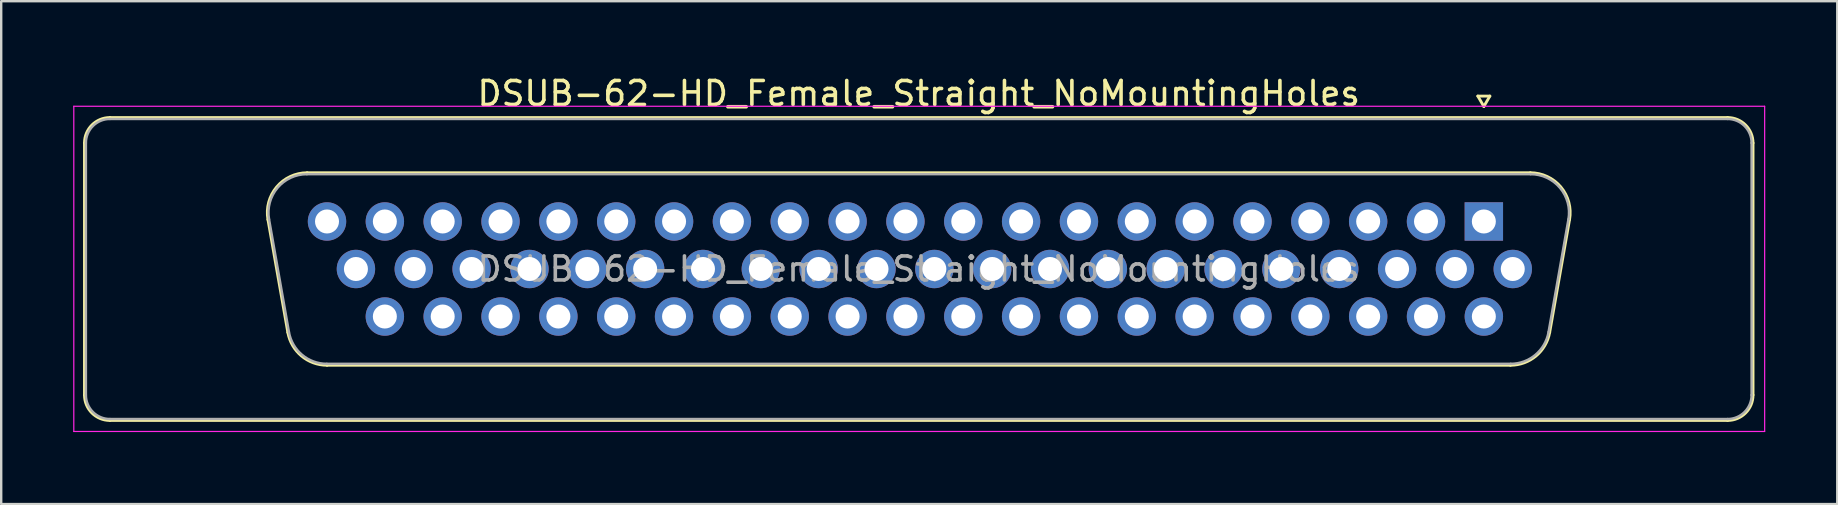
<source format=kicad_pcb>
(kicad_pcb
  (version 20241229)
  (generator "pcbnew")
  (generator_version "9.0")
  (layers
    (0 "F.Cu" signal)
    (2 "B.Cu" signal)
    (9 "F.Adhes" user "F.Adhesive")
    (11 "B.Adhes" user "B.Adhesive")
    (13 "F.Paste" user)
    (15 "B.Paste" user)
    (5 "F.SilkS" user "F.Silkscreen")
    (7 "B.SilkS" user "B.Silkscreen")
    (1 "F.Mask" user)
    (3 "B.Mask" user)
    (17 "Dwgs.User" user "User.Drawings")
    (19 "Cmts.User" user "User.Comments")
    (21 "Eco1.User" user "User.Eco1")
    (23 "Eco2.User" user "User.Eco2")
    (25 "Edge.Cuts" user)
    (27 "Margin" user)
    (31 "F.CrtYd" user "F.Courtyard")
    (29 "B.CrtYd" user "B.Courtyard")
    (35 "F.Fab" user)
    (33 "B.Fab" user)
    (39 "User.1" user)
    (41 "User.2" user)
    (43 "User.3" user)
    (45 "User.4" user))
  (footprint "DSUB-62-HD_Female_Straight_NoMountingHoles"
    (layer "F.Cu")
    (at 58.775 6.178)
    (property "Reference" "DSUB-62-HD_Female_Straight_NoMountingHoles" (at -23.545 -5.33 0) (layer "F.SilkS") (effects (font (size 1 1) (thickness 0.15))))
    (attr through_hole)
    (fp_line (start -58.305 7.23) (end -58.305 -3.27) (stroke (width 0.12) (type solid)) (layer "F.SilkS"))
    (fp_line (start -57.245 -4.33) (end 10.155 -4.33) (stroke (width 0.12) (type solid)) (layer "F.SilkS"))
    (fp_line (start -50.661 -0.082) (end -49.833 4.618) (stroke (width 0.12) (type solid)) (layer "F.SilkS"))
    (fp_line (start -49.027 -2.03) (end 1.937 -2.03) (stroke (width 0.12) (type solid)) (layer "F.SilkS"))
    (fp_line (start -48.198 5.99) (end 1.108 5.99) (stroke (width 0.12) (type solid)) (layer "F.SilkS"))
    (fp_line (start -0.25 -5.224) (end 0.25 -5.224) (stroke (width 0.12) (type solid)) (layer "F.SilkS"))
    (fp_line (start 0 -4.791) (end -0.25 -5.224) (stroke (width 0.12) (type solid)) (layer "F.SilkS"))
    (fp_line (start 0.25 -5.224) (end 0 -4.791) (stroke (width 0.12) (type solid)) (layer "F.SilkS"))
    (fp_line (start 3.571 -0.082) (end 2.743 4.618) (stroke (width 0.12) (type solid)) (layer "F.SilkS"))
    (fp_line (start 10.155 8.29) (end -57.245 8.29) (stroke (width 0.12) (type solid)) (layer "F.SilkS"))
    (fp_line (start 11.215 -3.27) (end 11.215 7.23) (stroke (width 0.12) (type solid)) (layer "F.SilkS"))
    (fp_arc (start -58.305 -3.27) (mid -57.994533 -4.019533) (end -57.245 -4.33) (stroke (width 0.12) (type solid)) (layer "F.SilkS"))
    (fp_arc (start -57.245 8.29) (mid -57.994533 7.979533) (end -58.305 7.23) (stroke (width 0.12) (type solid)) (layer "F.SilkS"))
    (fp_arc (start -50.66147 -0.081744) (mid -50.298323 -1.437028) (end -49.026689 -2.03) (stroke (width 0.12) (type solid)) (layer "F.SilkS"))
    (fp_arc (start -48.197952 5.99) (mid -49.264979 5.601634) (end -49.832733 4.618256) (stroke (width 0.12) (type solid)) (layer "F.SilkS"))
    (fp_arc (start 1.936689 -2.03) (mid 3.208323 -1.437027) (end 3.57147 -0.081744) (stroke (width 0.12) (type solid)) (layer "F.SilkS"))
    (fp_arc (start 2.742733 4.618256) (mid 2.17498 5.601634) (end 1.107952 5.99) (stroke (width 0.12) (type solid)) (layer "F.SilkS"))
    (fp_arc (start 10.155 -4.33) (mid 10.904533 -4.019533) (end 11.215 -3.27) (stroke (width 0.12) (type solid)) (layer "F.SilkS"))
    (fp_arc (start 11.215 7.23) (mid 10.904533 7.979533) (end 10.155 8.29) (stroke (width 0.12) (type solid)) (layer "F.SilkS"))
    (fp_line (start -58.75 -4.8) (end -58.75 8.75) (stroke (width 0.05) (type solid)) (layer "F.CrtYd"))
    (fp_line (start -58.75 8.75) (end 11.7 8.75) (stroke (width 0.05) (type solid)) (layer "F.CrtYd"))
    (fp_line (start 11.7 -4.8) (end -58.75 -4.8) (stroke (width 0.05) (type solid)) (layer "F.CrtYd"))
    (fp_line (start 11.7 8.75) (end 11.7 -4.8) (stroke (width 0.05) (type solid)) (layer "F.CrtYd"))
    (fp_line (start -58.245 7.23) (end -58.245 -3.27) (stroke (width 0.1) (type solid)) (layer "F.Fab"))
    (fp_line (start -57.245 -4.27) (end 10.155 -4.27) (stroke (width 0.1) (type solid)) (layer "F.Fab"))
    (fp_line (start -50.614 -0.092) (end -49.785 4.608) (stroke (width 0.1) (type solid)) (layer "F.Fab"))
    (fp_line (start -49.038 -1.97) (end 1.948 -1.97) (stroke (width 0.1) (type solid)) (layer "F.Fab"))
    (fp_line (start -48.209 5.93) (end 1.119 5.93) (stroke (width 0.1) (type solid)) (layer "F.Fab"))
    (fp_line (start 3.524 -0.092) (end 2.695 4.608) (stroke (width 0.1) (type solid)) (layer "F.Fab"))
    (fp_line (start 10.155 8.23) (end -57.245 8.23) (stroke (width 0.1) (type solid)) (layer "F.Fab"))
    (fp_line (start 11.155 -3.27) (end 11.155 7.23) (stroke (width 0.1) (type solid)) (layer "F.Fab"))
    (fp_arc (start -58.245 -3.27) (mid -57.952107 -3.977107) (end -57.245 -4.27) (stroke (width 0.1) (type solid)) (layer "F.Fab"))
    (fp_arc (start -57.245 8.23) (mid -57.952107 7.937107) (end -58.245 7.23) (stroke (width 0.1) (type solid)) (layer "F.Fab"))
    (fp_arc (start -50.613886 -0.092163) (mid -50.263865 -1.39846) (end -49.038194 -1.97) (stroke (width 0.1) (type solid)) (layer "F.Fab"))
    (fp_arc (start -48.209457 5.93) (mid -49.237917 5.555671) (end -49.785149 4.607837) (stroke (width 0.1) (type solid)) (layer "F.Fab"))
    (fp_arc (start 1.948194 -1.97) (mid 3.173865 -1.39846) (end 3.523886 -0.092163) (stroke (width 0.1) (type solid)) (layer "F.Fab"))
    (fp_arc (start 2.695149 4.607837) (mid 2.147917 5.555671) (end 1.119457 5.93) (stroke (width 0.1) (type solid)) (layer "F.Fab"))
    (fp_arc (start 10.155 -4.27) (mid 10.862107 -3.977107) (end 11.155 -3.27) (stroke (width 0.1) (type solid)) (layer "F.Fab"))
    (fp_arc (start 11.155 7.23) (mid 10.862107 7.937107) (end 10.155 8.23) (stroke (width 0.1) (type solid)) (layer "F.Fab"))
    (fp_text user "${REFERENCE}" (at -23.545 1.98 0) (layer "F.Fab") (effects (font (size 1 1) (thickness 0.15))))
    (pad "1" thru_hole rect (at 0 0) (size 1.6 1.6) (drill 1) (layers "*.Cu" "*.Mask"))
    (pad "2" thru_hole circle (at -2.41 0) (size 1.6 1.6) (drill 1) (layers "*.Cu" "*.Mask"))
    (pad "3" thru_hole circle (at -4.82 0) (size 1.6 1.6) (drill 1) (layers "*.Cu" "*.Mask"))
    (pad "4" thru_hole circle (at -7.23 0) (size 1.6 1.6) (drill 1) (layers "*.Cu" "*.Mask"))
    (pad "5" thru_hole circle (at -9.64 0) (size 1.6 1.6) (drill 1) (layers "*.Cu" "*.Mask"))
    (pad "6" thru_hole circle (at -12.05 0) (size 1.6 1.6) (drill 1) (layers "*.Cu" "*.Mask"))
    (pad "7" thru_hole circle (at -14.46 0) (size 1.6 1.6) (drill 1) (layers "*.Cu" "*.Mask"))
    (pad "8" thru_hole circle (at -16.87 0) (size 1.6 1.6) (drill 1) (layers "*.Cu" "*.Mask"))
    (pad "9" thru_hole circle (at -19.28 0) (size 1.6 1.6) (drill 1) (layers "*.Cu" "*.Mask"))
    (pad "10" thru_hole circle (at -21.69 0) (size 1.6 1.6) (drill 1) (layers "*.Cu" "*.Mask"))
    (pad "11" thru_hole circle (at -24.1 0) (size 1.6 1.6) (drill 1) (layers "*.Cu" "*.Mask"))
    (pad "12" thru_hole circle (at -26.51 0) (size 1.6 1.6) (drill 1) (layers "*.Cu" "*.Mask"))
    (pad "13" thru_hole circle (at -28.92 0) (size 1.6 1.6) (drill 1) (layers "*.Cu" "*.Mask"))
    (pad "14" thru_hole circle (at -31.33 0) (size 1.6 1.6) (drill 1) (layers "*.Cu" "*.Mask"))
    (pad "15" thru_hole circle (at -33.74 0) (size 1.6 1.6) (drill 1) (layers "*.Cu" "*.Mask"))
    (pad "16" thru_hole circle (at -36.15 0) (size 1.6 1.6) (drill 1) (layers "*.Cu" "*.Mask"))
    (pad "17" thru_hole circle (at -38.56 0) (size 1.6 1.6) (drill 1) (layers "*.Cu" "*.Mask"))
    (pad "18" thru_hole circle (at -40.97 0) (size 1.6 1.6) (drill 1) (layers "*.Cu" "*.Mask"))
    (pad "19" thru_hole circle (at -43.38 0) (size 1.6 1.6) (drill 1) (layers "*.Cu" "*.Mask"))
    (pad "20" thru_hole circle (at -45.79 0) (size 1.6 1.6) (drill 1) (layers "*.Cu" "*.Mask"))
    (pad "21" thru_hole circle (at -48.2 0) (size 1.6 1.6) (drill 1) (layers "*.Cu" "*.Mask"))
    (pad "22" thru_hole circle (at 1.205 1.98) (size 1.6 1.6) (drill 1) (layers "*.Cu" "*.Mask"))
    (pad "23" thru_hole circle (at -1.205 1.98) (size 1.6 1.6) (drill 1) (layers "*.Cu" "*.Mask"))
    (pad "24" thru_hole circle (at -3.615 1.98) (size 1.6 1.6) (drill 1) (layers "*.Cu" "*.Mask"))
    (pad "25" thru_hole circle (at -6.025 1.98) (size 1.6 1.6) (drill 1) (layers "*.Cu" "*.Mask"))
    (pad "26" thru_hole circle (at -8.435 1.98) (size 1.6 1.6) (drill 1) (layers "*.Cu" "*.Mask"))
    (pad "27" thru_hole circle (at -10.845 1.98) (size 1.6 1.6) (drill 1) (layers "*.Cu" "*.Mask"))
    (pad "28" thru_hole circle (at -13.255 1.98) (size 1.6 1.6) (drill 1) (layers "*.Cu" "*.Mask"))
    (pad "29" thru_hole circle (at -15.665 1.98) (size 1.6 1.6) (drill 1) (layers "*.Cu" "*.Mask"))
    (pad "30" thru_hole circle (at -18.075 1.98) (size 1.6 1.6) (drill 1) (layers "*.Cu" "*.Mask"))
    (pad "31" thru_hole circle (at -20.485 1.98) (size 1.6 1.6) (drill 1) (layers "*.Cu" "*.Mask"))
    (pad "32" thru_hole circle (at -22.895 1.98) (size 1.6 1.6) (drill 1) (layers "*.Cu" "*.Mask"))
    (pad "33" thru_hole circle (at -25.305 1.98) (size 1.6 1.6) (drill 1) (layers "*.Cu" "*.Mask"))
    (pad "34" thru_hole circle (at -27.715 1.98) (size 1.6 1.6) (drill 1) (layers "*.Cu" "*.Mask"))
    (pad "35" thru_hole circle (at -30.125 1.98) (size 1.6 1.6) (drill 1) (layers "*.Cu" "*.Mask"))
    (pad "36" thru_hole circle (at -32.535 1.98) (size 1.6 1.6) (drill 1) (layers "*.Cu" "*.Mask"))
    (pad "37" thru_hole circle (at -34.945 1.98) (size 1.6 1.6) (drill 1) (layers "*.Cu" "*.Mask"))
    (pad "38" thru_hole circle (at -37.355 1.98) (size 1.6 1.6) (drill 1) (layers "*.Cu" "*.Mask"))
    (pad "39" thru_hole circle (at -39.765 1.98) (size 1.6 1.6) (drill 1) (layers "*.Cu" "*.Mask"))
    (pad "40" thru_hole circle (at -42.175 1.98) (size 1.6 1.6) (drill 1) (layers "*.Cu" "*.Mask"))
    (pad "41" thru_hole circle (at -44.585 1.98) (size 1.6 1.6) (drill 1) (layers "*.Cu" "*.Mask"))
    (pad "42" thru_hole circle (at -46.995 1.98) (size 1.6 1.6) (drill 1) (layers "*.Cu" "*.Mask"))
    (pad "43" thru_hole circle (at 0 3.96) (size 1.6 1.6) (drill 1) (layers "*.Cu" "*.Mask"))
    (pad "44" thru_hole circle (at -2.41 3.96) (size 1.6 1.6) (drill 1) (layers "*.Cu" "*.Mask"))
    (pad "45" thru_hole circle (at -4.82 3.96) (size 1.6 1.6) (drill 1) (layers "*.Cu" "*.Mask"))
    (pad "46" thru_hole circle (at -7.23 3.96) (size 1.6 1.6) (drill 1) (layers "*.Cu" "*.Mask"))
    (pad "47" thru_hole circle (at -9.64 3.96) (size 1.6 1.6) (drill 1) (layers "*.Cu" "*.Mask"))
    (pad "48" thru_hole circle (at -12.05 3.96) (size 1.6 1.6) (drill 1) (layers "*.Cu" "*.Mask"))
    (pad "49" thru_hole circle (at -14.46 3.96) (size 1.6 1.6) (drill 1) (layers "*.Cu" "*.Mask"))
    (pad "50" thru_hole circle (at -16.87 3.96) (size 1.6 1.6) (drill 1) (layers "*.Cu" "*.Mask"))
    (pad "51" thru_hole circle (at -19.28 3.96) (size 1.6 1.6) (drill 1) (layers "*.Cu" "*.Mask"))
    (pad "52" thru_hole circle (at -21.69 3.96) (size 1.6 1.6) (drill 1) (layers "*.Cu" "*.Mask"))
    (pad "53" thru_hole circle (at -24.1 3.96) (size 1.6 1.6) (drill 1) (layers "*.Cu" "*.Mask"))
    (pad "54" thru_hole circle (at -26.51 3.96) (size 1.6 1.6) (drill 1) (layers "*.Cu" "*.Mask"))
    (pad "55" thru_hole circle (at -28.92 3.96) (size 1.6 1.6) (drill 1) (layers "*.Cu" "*.Mask"))
    (pad "56" thru_hole circle (at -31.33 3.96) (size 1.6 1.6) (drill 1) (layers "*.Cu" "*.Mask"))
    (pad "57" thru_hole circle (at -33.74 3.96) (size 1.6 1.6) (drill 1) (layers "*.Cu" "*.Mask"))
    (pad "58" thru_hole circle (at -36.15 3.96) (size 1.6 1.6) (drill 1) (layers "*.Cu" "*.Mask"))
    (pad "59" thru_hole circle (at -38.56 3.96) (size 1.6 1.6) (drill 1) (layers "*.Cu" "*.Mask"))
    (pad "60" thru_hole circle (at -40.97 3.96) (size 1.6 1.6) (drill 1) (layers "*.Cu" "*.Mask"))
    (pad "61" thru_hole circle (at -43.38 3.96) (size 1.6 1.6) (drill 1) (layers "*.Cu" "*.Mask"))
    (pad "62" thru_hole circle (at -45.79 3.96) (size 1.6 1.6) (drill 1) (layers "*.Cu" "*.Mask")))
  (gr_rect
    (start -3 -3)
    (end 73.5 17.953)
    (stroke (width 0.1) (type default))
    (fill no)
    (layer "Edge.Cuts")))
</source>
